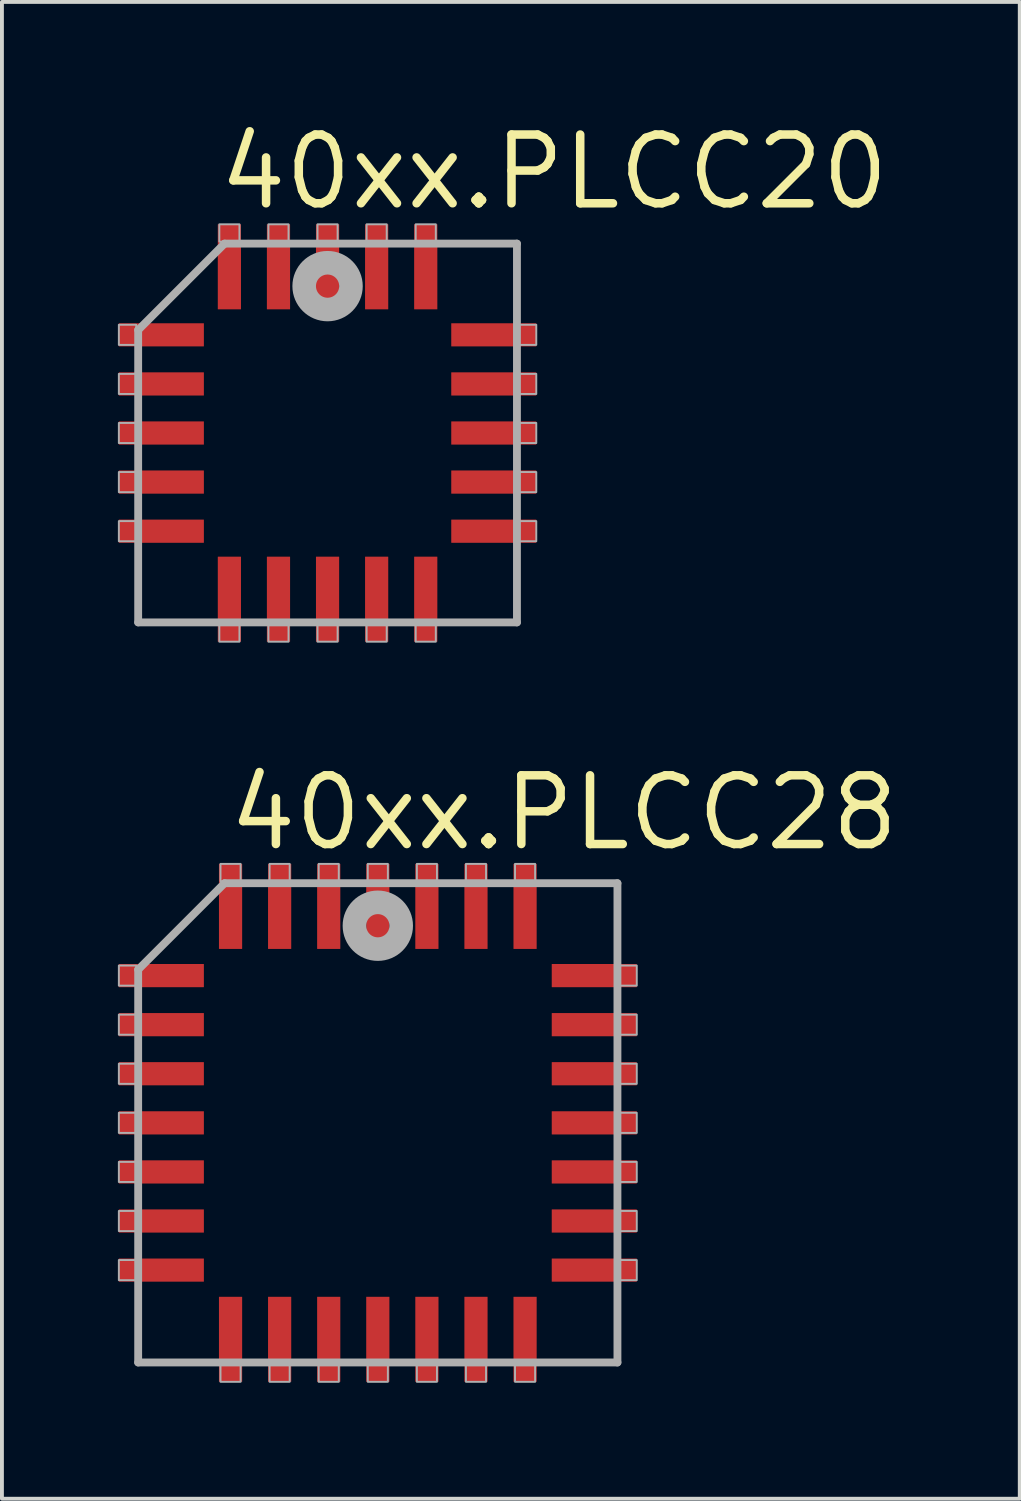
<source format=kicad_pcb>
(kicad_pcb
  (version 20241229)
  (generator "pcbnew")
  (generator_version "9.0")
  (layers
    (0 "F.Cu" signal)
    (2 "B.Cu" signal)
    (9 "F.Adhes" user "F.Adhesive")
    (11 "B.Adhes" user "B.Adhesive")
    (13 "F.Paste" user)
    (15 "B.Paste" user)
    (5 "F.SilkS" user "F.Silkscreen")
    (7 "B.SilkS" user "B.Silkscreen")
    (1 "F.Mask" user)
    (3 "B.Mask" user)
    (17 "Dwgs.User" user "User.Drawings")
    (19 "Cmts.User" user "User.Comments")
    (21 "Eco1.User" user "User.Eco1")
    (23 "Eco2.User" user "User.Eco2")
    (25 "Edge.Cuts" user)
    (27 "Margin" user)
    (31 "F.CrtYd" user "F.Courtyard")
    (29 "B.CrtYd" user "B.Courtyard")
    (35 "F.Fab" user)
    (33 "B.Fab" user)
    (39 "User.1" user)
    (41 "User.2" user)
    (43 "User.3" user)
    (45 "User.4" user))
  (footprint "40xx.PLCC28"
    (layer "F.Cu")
    (at 6.725 26.001)
    (property "Reference" "40xx.PLCC28" (at -3.967 -6.985 0) (layer "F.SilkS") (effects (font (size 1.778 1.778) (thickness 0.22)) (justify left bottom)))
    (attr smd)
    (fp_line (start -6.2 -3.965) (end -6.2 6.2) (stroke (width 0.203) (type default)) (layer "F.Fab"))
    (fp_line (start -6.2 6.2) (end 6.2 6.2) (stroke (width 0.203) (type default)) (layer "F.Fab"))
    (fp_line (start -3.965 -6.2) (end -6.2 -3.965) (stroke (width 0.203) (type default)) (layer "F.Fab"))
    (fp_line (start 6.2 -6.2) (end -3.965 -6.2) (stroke (width 0.203) (type default)) (layer "F.Fab"))
    (fp_line (start 6.2 6.2) (end 6.2 -6.2) (stroke (width 0.203) (type default)) (layer "F.Fab"))
    (fp_rect (start -6.7 -3.55) (end -6.25 -4.07) (stroke (width 0.05) (type default)) (fill no) (layer "F.Fab"))
    (fp_rect (start -6.7 -2.28) (end -6.25 -2.8) (stroke (width 0.05) (type default)) (fill no) (layer "F.Fab"))
    (fp_rect (start -6.7 -1.01) (end -6.25 -1.53) (stroke (width 0.05) (type default)) (fill no) (layer "F.Fab"))
    (fp_rect (start -6.7 0.26) (end -6.25 -0.26) (stroke (width 0.05) (type default)) (fill no) (layer "F.Fab"))
    (fp_rect (start -6.7 1.53) (end -6.25 1.01) (stroke (width 0.05) (type default)) (fill no) (layer "F.Fab"))
    (fp_rect (start -6.7 2.8) (end -6.25 2.28) (stroke (width 0.05) (type default)) (fill no) (layer "F.Fab"))
    (fp_rect (start -6.7 4.07) (end -6.25 3.55) (stroke (width 0.05) (type default)) (fill no) (layer "F.Fab"))
    (fp_rect (start -4.07 -6.25) (end -3.55 -6.7) (stroke (width 0.05) (type default)) (fill no) (layer "F.Fab"))
    (fp_rect (start -4.07 6.7) (end -3.55 6.25) (stroke (width 0.05) (type default)) (fill no) (layer "F.Fab"))
    (fp_rect (start -2.8 -6.25) (end -2.28 -6.7) (stroke (width 0.05) (type default)) (fill no) (layer "F.Fab"))
    (fp_rect (start -2.8 6.7) (end -2.28 6.25) (stroke (width 0.05) (type default)) (fill no) (layer "F.Fab"))
    (fp_rect (start -1.53 -6.25) (end -1.01 -6.7) (stroke (width 0.05) (type default)) (fill no) (layer "F.Fab"))
    (fp_rect (start -1.53 6.7) (end -1.01 6.25) (stroke (width 0.05) (type default)) (fill no) (layer "F.Fab"))
    (fp_rect (start -0.26 -6.25) (end 0.26 -6.7) (stroke (width 0.05) (type default)) (fill no) (layer "F.Fab"))
    (fp_rect (start -0.26 6.7) (end 0.26 6.25) (stroke (width 0.05) (type default)) (fill no) (layer "F.Fab"))
    (fp_rect (start 1.01 -6.25) (end 1.53 -6.7) (stroke (width 0.05) (type default)) (fill no) (layer "F.Fab"))
    (fp_rect (start 1.01 6.7) (end 1.53 6.25) (stroke (width 0.05) (type default)) (fill no) (layer "F.Fab"))
    (fp_rect (start 2.28 -6.25) (end 2.8 -6.7) (stroke (width 0.05) (type default)) (fill no) (layer "F.Fab"))
    (fp_rect (start 2.28 6.7) (end 2.8 6.25) (stroke (width 0.05) (type default)) (fill no) (layer "F.Fab"))
    (fp_rect (start 3.55 -6.25) (end 4.07 -6.7) (stroke (width 0.05) (type default)) (fill no) (layer "F.Fab"))
    (fp_rect (start 3.55 6.7) (end 4.07 6.25) (stroke (width 0.05) (type default)) (fill no) (layer "F.Fab"))
    (fp_rect (start 6.25 -3.55) (end 6.7 -4.07) (stroke (width 0.05) (type default)) (fill no) (layer "F.Fab"))
    (fp_rect (start 6.25 -2.28) (end 6.7 -2.8) (stroke (width 0.05) (type default)) (fill no) (layer "F.Fab"))
    (fp_rect (start 6.25 -1.01) (end 6.7 -1.53) (stroke (width 0.05) (type default)) (fill no) (layer "F.Fab"))
    (fp_rect (start 6.25 0.26) (end 6.7 -0.26) (stroke (width 0.05) (type default)) (fill no) (layer "F.Fab"))
    (fp_rect (start 6.25 1.53) (end 6.7 1.01) (stroke (width 0.05) (type default)) (fill no) (layer "F.Fab"))
    (fp_rect (start 6.25 2.8) (end 6.7 2.28) (stroke (width 0.05) (type default)) (fill no) (layer "F.Fab"))
    (fp_rect (start 6.25 4.07) (end 6.7 3.55) (stroke (width 0.05) (type default)) (fill no) (layer "F.Fab"))
    (fp_circle (center 0 -5.1) (end 0.3 -5.1) (stroke (width 0.61) (type default)) (fill no) (layer "F.Fab"))
    (pad "1" smd roundrect (at 0 -5.6) (size 0.6 2.2) (layers "F.Cu" "F.Mask" "F.Paste") (roundrect_rratio 0.01))
    (pad "2" smd roundrect (at -1.27 -5.6) (size 0.6 2.2) (layers "F.Cu" "F.Mask" "F.Paste") (roundrect_rratio 0.01))
    (pad "3" smd roundrect (at -2.54 -5.6) (size 0.6 2.2) (layers "F.Cu" "F.Mask" "F.Paste") (roundrect_rratio 0.01))
    (pad "4" smd roundrect (at -3.81 -5.6) (size 0.6 2.2) (layers "F.Cu" "F.Mask" "F.Paste") (roundrect_rratio 0.01))
    (pad "5" smd roundrect (at -5.6 -3.81) (size 2.2 0.6) (layers "F.Cu" "F.Mask" "F.Paste") (roundrect_rratio 0.01))
    (pad "6" smd roundrect (at -5.6 -2.54) (size 2.2 0.6) (layers "F.Cu" "F.Mask" "F.Paste") (roundrect_rratio 0.01))
    (pad "7" smd roundrect (at -5.6 -1.27) (size 2.2 0.6) (layers "F.Cu" "F.Mask" "F.Paste") (roundrect_rratio 0.01))
    (pad "8" smd roundrect (at -5.6 0) (size 2.2 0.6) (layers "F.Cu" "F.Mask" "F.Paste") (roundrect_rratio 0.01))
    (pad "9" smd roundrect (at -5.6 1.27) (size 2.2 0.6) (layers "F.Cu" "F.Mask" "F.Paste") (roundrect_rratio 0.01))
    (pad "10" smd roundrect (at -5.6 2.54) (size 2.2 0.6) (layers "F.Cu" "F.Mask" "F.Paste") (roundrect_rratio 0.01))
    (pad "11" smd roundrect (at -5.6 3.81) (size 2.2 0.6) (layers "F.Cu" "F.Mask" "F.Paste") (roundrect_rratio 0.01))
    (pad "12" smd roundrect (at -3.81 5.6) (size 0.6 2.2) (layers "F.Cu" "F.Mask" "F.Paste") (roundrect_rratio 0.01))
    (pad "13" smd roundrect (at -2.54 5.6) (size 0.6 2.2) (layers "F.Cu" "F.Mask" "F.Paste") (roundrect_rratio 0.01))
    (pad "14" smd roundrect (at -1.27 5.6) (size 0.6 2.2) (layers "F.Cu" "F.Mask" "F.Paste") (roundrect_rratio 0.01))
    (pad "15" smd roundrect (at 0 5.6) (size 0.6 2.2) (layers "F.Cu" "F.Mask" "F.Paste") (roundrect_rratio 0.01))
    (pad "16" smd roundrect (at 1.27 5.6) (size 0.6 2.2) (layers "F.Cu" "F.Mask" "F.Paste") (roundrect_rratio 0.01))
    (pad "17" smd roundrect (at 2.54 5.6) (size 0.6 2.2) (layers "F.Cu" "F.Mask" "F.Paste") (roundrect_rratio 0.01))
    (pad "18" smd roundrect (at 3.81 5.6) (size 0.6 2.2) (layers "F.Cu" "F.Mask" "F.Paste") (roundrect_rratio 0.01))
    (pad "19" smd roundrect (at 5.6 3.81) (size 2.2 0.6) (layers "F.Cu" "F.Mask" "F.Paste") (roundrect_rratio 0.01))
    (pad "20" smd roundrect (at 5.6 2.54) (size 2.2 0.6) (layers "F.Cu" "F.Mask" "F.Paste") (roundrect_rratio 0.01))
    (pad "21" smd roundrect (at 5.6 1.27) (size 2.2 0.6) (layers "F.Cu" "F.Mask" "F.Paste") (roundrect_rratio 0.01))
    (pad "22" smd roundrect (at 5.6 0) (size 2.2 0.6) (layers "F.Cu" "F.Mask" "F.Paste") (roundrect_rratio 0.01))
    (pad "23" smd roundrect (at 5.6 -1.27) (size 2.2 0.6) (layers "F.Cu" "F.Mask" "F.Paste") (roundrect_rratio 0.01))
    (pad "24" smd roundrect (at 5.6 -2.54) (size 2.2 0.6) (layers "F.Cu" "F.Mask" "F.Paste") (roundrect_rratio 0.01))
    (pad "25" smd roundrect (at 5.6 -3.81) (size 2.2 0.6) (layers "F.Cu" "F.Mask" "F.Paste") (roundrect_rratio 0.01))
    (pad "26" smd roundrect (at 3.81 -5.6) (size 0.6 2.2) (layers "F.Cu" "F.Mask" "F.Paste") (roundrect_rratio 0.01))
    (pad "27" smd roundrect (at 2.54 -5.6) (size 0.6 2.2) (layers "F.Cu" "F.Mask" "F.Paste") (roundrect_rratio 0.01))
    (pad "28" smd roundrect (at 1.27 -5.6) (size 0.6 2.2) (layers "F.Cu" "F.Mask" "F.Paste") (roundrect_rratio 0.01)))
  (footprint "40xx.PLCC20"
    (layer "F.Cu")
    (at 5.425 8.153)
    (property "Reference" "40xx.PLCC20" (at -2.921 -5.715 0) (layer "F.SilkS") (effects (font (size 1.778 1.778) (thickness 0.22)) (justify left bottom)))
    (attr smd)
    (fp_line (start -4.9 -2.665) (end -4.9 4.9) (stroke (width 0.203) (type default)) (layer "F.Fab"))
    (fp_line (start -4.9 4.9) (end 4.9 4.9) (stroke (width 0.203) (type default)) (layer "F.Fab"))
    (fp_line (start -2.665 -4.9) (end -4.9 -2.665) (stroke (width 0.203) (type default)) (layer "F.Fab"))
    (fp_line (start 4.9 -4.9) (end -2.665 -4.9) (stroke (width 0.203) (type default)) (layer "F.Fab"))
    (fp_line (start 4.9 4.9) (end 4.9 -4.9) (stroke (width 0.203) (type default)) (layer "F.Fab"))
    (fp_rect (start -5.4 -2.28) (end -4.95 -2.8) (stroke (width 0.05) (type default)) (fill no) (layer "F.Fab"))
    (fp_rect (start -5.4 -1.01) (end -4.95 -1.53) (stroke (width 0.05) (type default)) (fill no) (layer "F.Fab"))
    (fp_rect (start -5.4 0.26) (end -4.95 -0.26) (stroke (width 0.05) (type default)) (fill no) (layer "F.Fab"))
    (fp_rect (start -5.4 1.53) (end -4.95 1.01) (stroke (width 0.05) (type default)) (fill no) (layer "F.Fab"))
    (fp_rect (start -5.4 2.8) (end -4.95 2.28) (stroke (width 0.05) (type default)) (fill no) (layer "F.Fab"))
    (fp_rect (start -2.8 -4.95) (end -2.28 -5.4) (stroke (width 0.05) (type default)) (fill no) (layer "F.Fab"))
    (fp_rect (start -2.8 5.4) (end -2.28 4.95) (stroke (width 0.05) (type default)) (fill no) (layer "F.Fab"))
    (fp_rect (start -1.53 -4.95) (end -1.01 -5.4) (stroke (width 0.05) (type default)) (fill no) (layer "F.Fab"))
    (fp_rect (start -1.53 5.4) (end -1.01 4.95) (stroke (width 0.05) (type default)) (fill no) (layer "F.Fab"))
    (fp_rect (start -0.26 -4.95) (end 0.26 -5.4) (stroke (width 0.05) (type default)) (fill no) (layer "F.Fab"))
    (fp_rect (start -0.26 5.4) (end 0.26 4.95) (stroke (width 0.05) (type default)) (fill no) (layer "F.Fab"))
    (fp_rect (start 1.01 -4.95) (end 1.53 -5.4) (stroke (width 0.05) (type default)) (fill no) (layer "F.Fab"))
    (fp_rect (start 1.01 5.4) (end 1.53 4.95) (stroke (width 0.05) (type default)) (fill no) (layer "F.Fab"))
    (fp_rect (start 2.28 -4.95) (end 2.8 -5.4) (stroke (width 0.05) (type default)) (fill no) (layer "F.Fab"))
    (fp_rect (start 2.28 5.4) (end 2.8 4.95) (stroke (width 0.05) (type default)) (fill no) (layer "F.Fab"))
    (fp_rect (start 4.95 -2.28) (end 5.4 -2.8) (stroke (width 0.05) (type default)) (fill no) (layer "F.Fab"))
    (fp_rect (start 4.95 -1.01) (end 5.4 -1.53) (stroke (width 0.05) (type default)) (fill no) (layer "F.Fab"))
    (fp_rect (start 4.95 0.26) (end 5.4 -0.26) (stroke (width 0.05) (type default)) (fill no) (layer "F.Fab"))
    (fp_rect (start 4.95 1.53) (end 5.4 1.01) (stroke (width 0.05) (type default)) (fill no) (layer "F.Fab"))
    (fp_rect (start 4.95 2.8) (end 5.4 2.28) (stroke (width 0.05) (type default)) (fill no) (layer "F.Fab"))
    (fp_circle (center 0 -3.8) (end 0.3 -3.8) (stroke (width 0.61) (type default)) (fill no) (layer "F.Fab"))
    (pad "1" smd roundrect (at 0 -4.3) (size 0.6 2.2) (layers "F.Cu" "F.Mask" "F.Paste") (roundrect_rratio 0.01))
    (pad "2" smd roundrect (at -1.27 -4.3) (size 0.6 2.2) (layers "F.Cu" "F.Mask" "F.Paste") (roundrect_rratio 0.01))
    (pad "3" smd roundrect (at -2.54 -4.3) (size 0.6 2.2) (layers "F.Cu" "F.Mask" "F.Paste") (roundrect_rratio 0.01))
    (pad "4" smd roundrect (at -4.3 -2.54) (size 2.2 0.6) (layers "F.Cu" "F.Mask" "F.Paste") (roundrect_rratio 0.01))
    (pad "5" smd roundrect (at -4.3 -1.27) (size 2.2 0.6) (layers "F.Cu" "F.Mask" "F.Paste") (roundrect_rratio 0.01))
    (pad "6" smd roundrect (at -4.3 0) (size 2.2 0.6) (layers "F.Cu" "F.Mask" "F.Paste") (roundrect_rratio 0.01))
    (pad "7" smd roundrect (at -4.3 1.27) (size 2.2 0.6) (layers "F.Cu" "F.Mask" "F.Paste") (roundrect_rratio 0.01))
    (pad "8" smd roundrect (at -4.3 2.54) (size 2.2 0.6) (layers "F.Cu" "F.Mask" "F.Paste") (roundrect_rratio 0.01))
    (pad "9" smd roundrect (at -2.54 4.3) (size 0.6 2.2) (layers "F.Cu" "F.Mask" "F.Paste") (roundrect_rratio 0.01))
    (pad "10" smd roundrect (at -1.27 4.3) (size 0.6 2.2) (layers "F.Cu" "F.Mask" "F.Paste") (roundrect_rratio 0.01))
    (pad "11" smd roundrect (at 0 4.3) (size 0.6 2.2) (layers "F.Cu" "F.Mask" "F.Paste") (roundrect_rratio 0.01))
    (pad "12" smd roundrect (at 1.27 4.3) (size 0.6 2.2) (layers "F.Cu" "F.Mask" "F.Paste") (roundrect_rratio 0.01))
    (pad "13" smd roundrect (at 2.54 4.3) (size 0.6 2.2) (layers "F.Cu" "F.Mask" "F.Paste") (roundrect_rratio 0.01))
    (pad "14" smd roundrect (at 4.3 2.54) (size 2.2 0.6) (layers "F.Cu" "F.Mask" "F.Paste") (roundrect_rratio 0.01))
    (pad "15" smd roundrect (at 4.3 1.27) (size 2.2 0.6) (layers "F.Cu" "F.Mask" "F.Paste") (roundrect_rratio 0.01))
    (pad "16" smd roundrect (at 4.3 0) (size 2.2 0.6) (layers "F.Cu" "F.Mask" "F.Paste") (roundrect_rratio 0.01))
    (pad "17" smd roundrect (at 4.3 -1.27) (size 2.2 0.6) (layers "F.Cu" "F.Mask" "F.Paste") (roundrect_rratio 0.01))
    (pad "18" smd roundrect (at 4.3 -2.54) (size 2.2 0.6) (layers "F.Cu" "F.Mask" "F.Paste") (roundrect_rratio 0.01))
    (pad "19" smd roundrect (at 2.54 -4.3) (size 0.6 2.2) (layers "F.Cu" "F.Mask" "F.Paste") (roundrect_rratio 0.01))
    (pad "20" smd roundrect (at 1.27 -4.3) (size 0.6 2.2) (layers "F.Cu" "F.Mask" "F.Paste") (roundrect_rratio 0.01)))
  (gr_rect
    (start -3 -3)
    (end 23.334 35.726)
    (stroke (width 0.1) (type default))
    (fill no)
    (layer "Edge.Cuts")))
</source>
